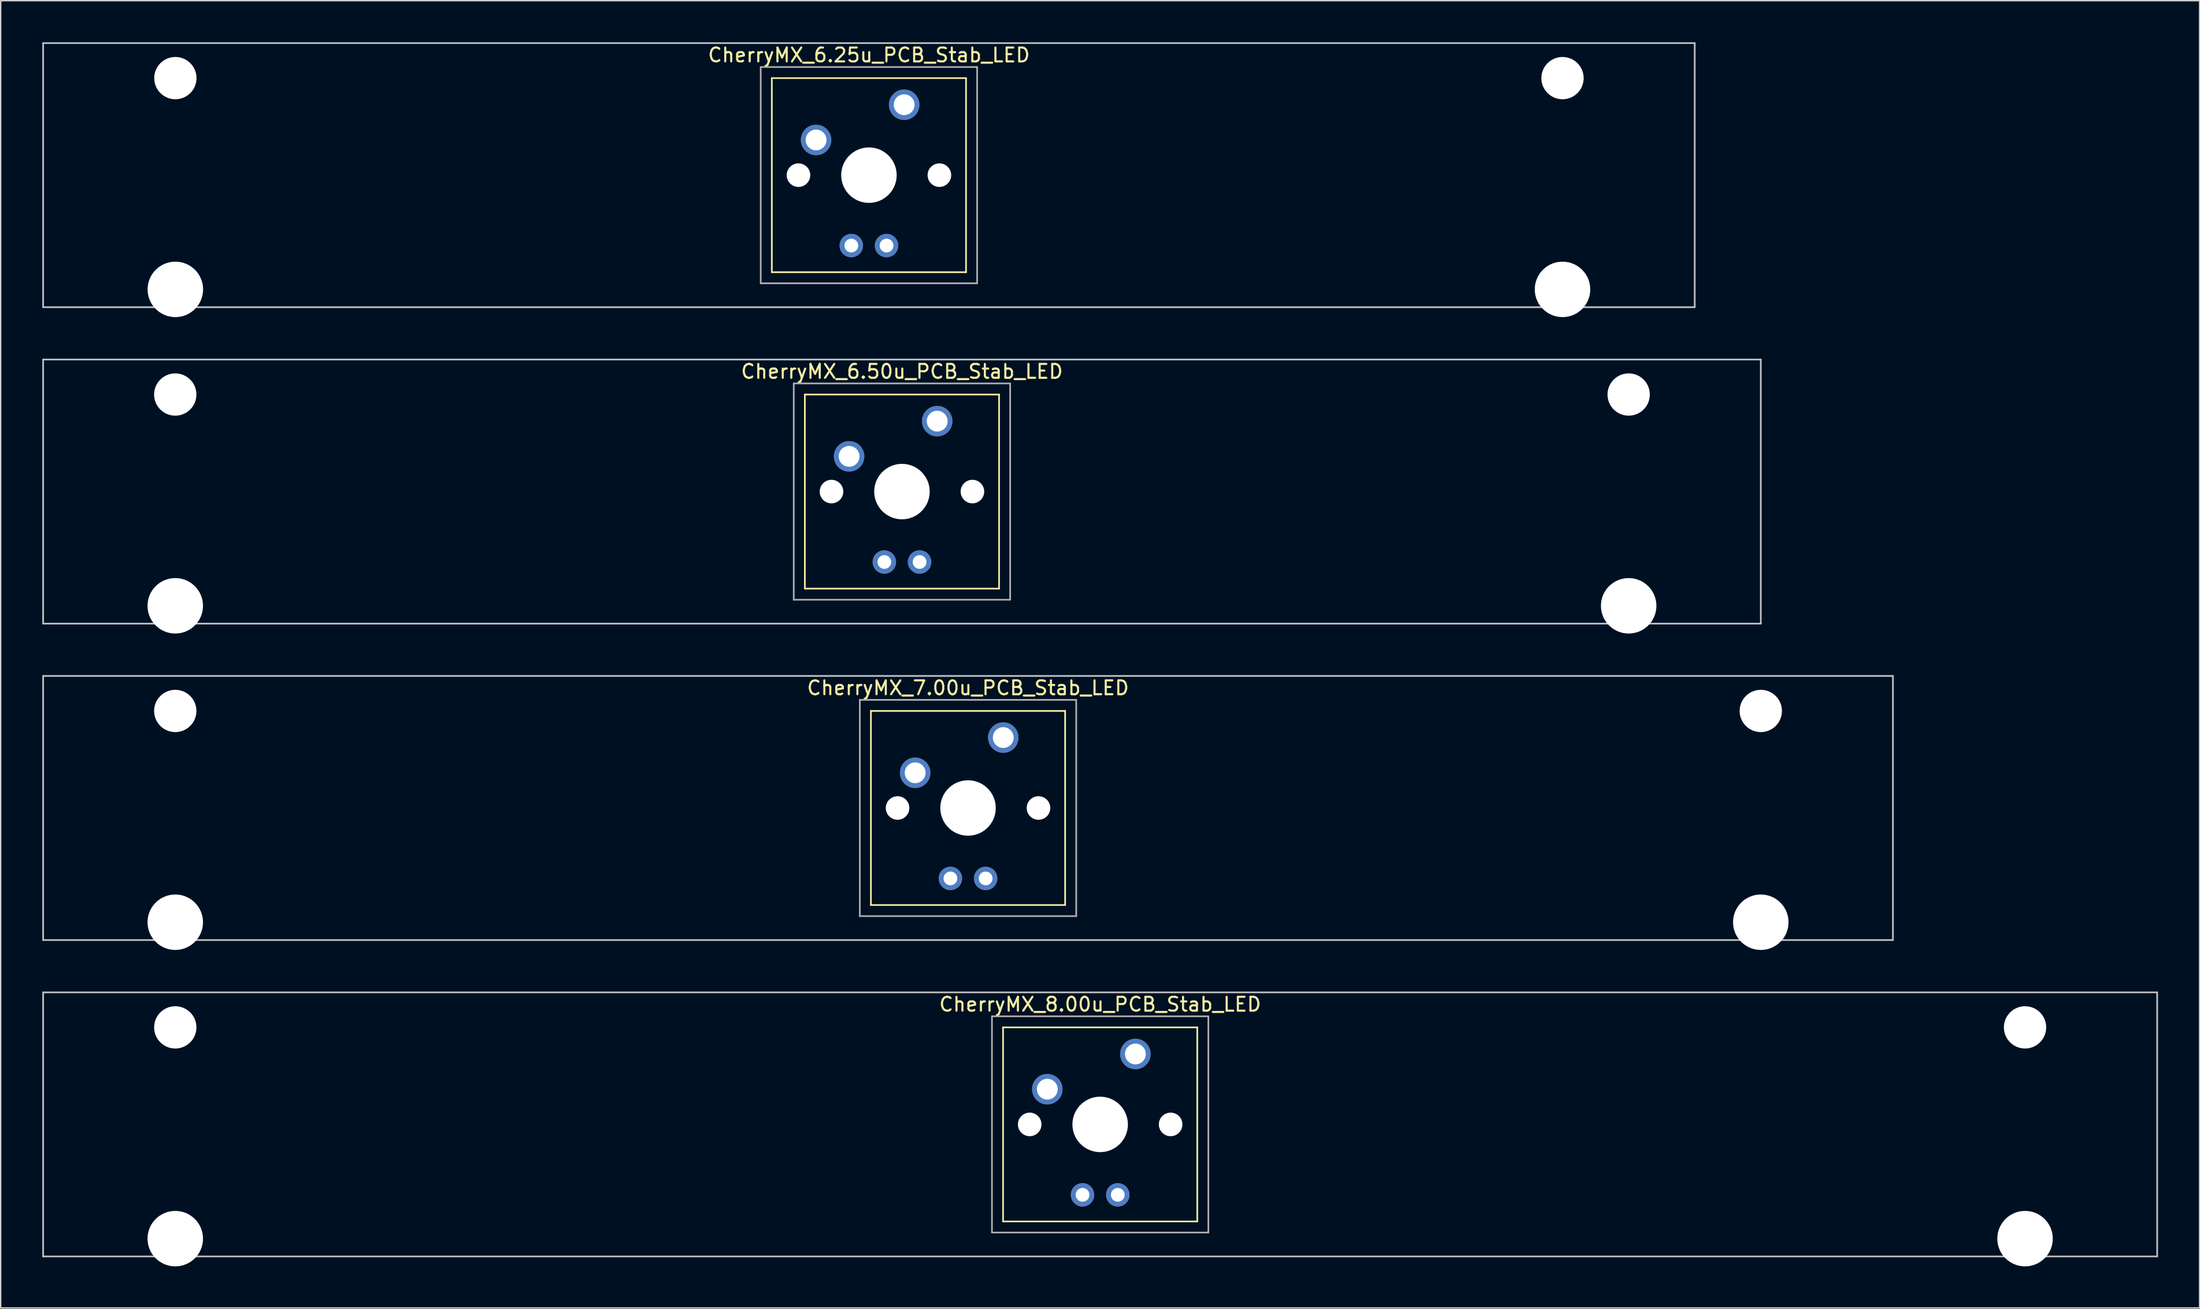
<source format=kicad_pcb>
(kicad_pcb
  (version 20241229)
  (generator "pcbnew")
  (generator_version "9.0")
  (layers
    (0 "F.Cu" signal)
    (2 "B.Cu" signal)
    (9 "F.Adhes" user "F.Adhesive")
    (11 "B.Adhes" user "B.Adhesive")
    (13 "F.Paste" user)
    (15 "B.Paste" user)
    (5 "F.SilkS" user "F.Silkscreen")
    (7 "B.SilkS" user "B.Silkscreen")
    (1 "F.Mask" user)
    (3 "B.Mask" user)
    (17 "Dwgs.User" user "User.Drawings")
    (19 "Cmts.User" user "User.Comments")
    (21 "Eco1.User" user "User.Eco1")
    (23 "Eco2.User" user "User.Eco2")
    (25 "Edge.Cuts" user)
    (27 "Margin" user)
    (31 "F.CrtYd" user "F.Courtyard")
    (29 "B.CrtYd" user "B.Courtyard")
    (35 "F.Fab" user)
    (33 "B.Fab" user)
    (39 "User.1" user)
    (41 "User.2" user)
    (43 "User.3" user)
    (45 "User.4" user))
  (footprint "CherryMX_8.00u_PCB_Stab_LED"
    (layer "F.Cu")
    (at 76.26 78.06)
    (property "Reference" "CherryMX_8.00u_PCB_Stab_LED" (at 0 -8.662 0) (layer "F.SilkS") (effects (font (size 1 1) (thickness 0.15))))
    (attr through_hole)
    (fp_line (start -7 -7) (end -7 7) (stroke (width 0.12) (type solid)) (layer "F.SilkS"))
    (fp_line (start -7 -7) (end 7 -7) (stroke (width 0.12) (type solid)) (layer "F.SilkS"))
    (fp_line (start 7 -7) (end 7 7) (stroke (width 0.12) (type solid)) (layer "F.SilkS"))
    (fp_line (start 7 7) (end -7 7) (stroke (width 0.12) (type solid)) (layer "F.SilkS"))
    (fp_line (start -76.2 -9.525) (end 76.2 -9.525) (stroke (width 0.12) (type solid)) (layer "Dwgs.User"))
    (fp_line (start -76.2 9.525) (end -76.2 -9.525) (stroke (width 0.12) (type solid)) (layer "Dwgs.User"))
    (fp_line (start 76.2 -9.525) (end 76.2 9.525) (stroke (width 0.12) (type solid)) (layer "Dwgs.User"))
    (fp_line (start 76.2 9.525) (end -76.2 9.525) (stroke (width 0.12) (type solid)) (layer "Dwgs.User"))
    (fp_line (start -7.8 -7.8) (end -7.8 7.8) (stroke (width 0.12) (type solid)) (layer "F.Fab"))
    (fp_line (start -7.8 -7.8) (end 7.8 -7.8) (stroke (width 0.12) (type solid)) (layer "F.Fab"))
    (fp_line (start -7.8 7.8) (end 7.8 7.8) (stroke (width 0.12) (type solid)) (layer "F.Fab"))
    (fp_line (start 7.8 -7.8) (end 7.8 7.8) (stroke (width 0.12) (type solid)) (layer "F.Fab"))
    (pad "" np_thru_hole circle (at -66.675 -7) (size 3.05 3.05) (drill 3.05) (layers "*.Cu" "*.Mask"))
    (pad "" np_thru_hole circle (at -66.675 8.24) (size 4 4) (drill 4) (layers "*.Cu" "*.Mask"))
    (pad "" np_thru_hole circle (at -5.08 0) (size 1.7 1.7) (drill 1.7) (layers "*.Cu" "*.Mask"))
    (pad "" np_thru_hole circle (at 0 0) (size 4 4) (drill 4) (layers "*.Cu" "*.Mask"))
    (pad "" np_thru_hole circle (at 5.08 0) (size 1.7 1.7) (drill 1.7) (layers "*.Cu" "*.Mask"))
    (pad "" np_thru_hole circle (at 66.675 -7) (size 3.05 3.05) (drill 3.05) (layers "*.Cu" "*.Mask"))
    (pad "" np_thru_hole circle (at 66.675 8.24) (size 4 4) (drill 4) (layers "*.Cu" "*.Mask"))
    (pad "1" thru_hole circle (at -3.81 -2.54) (size 2.2 2.2) (drill 1.5) (layers "*.Cu" "*.Mask"))
    (pad "2" thru_hole circle (at 2.54 -5.08) (size 2.2 2.2) (drill 1.5) (layers "*.Cu" "*.Mask"))
    (pad "3" thru_hole circle (at -1.27 5.08) (size 1.691 1.691) (drill 0.991) (layers "*.Cu" "*.Mask"))
    (pad "4" thru_hole circle (at 1.27 5.08) (size 1.691 1.691) (drill 0.991) (layers "*.Cu" "*.Mask")))
  (footprint "CherryMX_7.00u_PCB_Stab_LED"
    (layer "F.Cu")
    (at 66.735 55.235)
    (property "Reference" "CherryMX_7.00u_PCB_Stab_LED" (at 0 -8.662 0) (layer "F.SilkS") (effects (font (size 1 1) (thickness 0.15))))
    (attr through_hole)
    (fp_line (start -7 -7) (end -7 7) (stroke (width 0.12) (type solid)) (layer "F.SilkS"))
    (fp_line (start -7 -7) (end 7 -7) (stroke (width 0.12) (type solid)) (layer "F.SilkS"))
    (fp_line (start 7 -7) (end 7 7) (stroke (width 0.12) (type solid)) (layer "F.SilkS"))
    (fp_line (start 7 7) (end -7 7) (stroke (width 0.12) (type solid)) (layer "F.SilkS"))
    (fp_line (start -66.675 -9.525) (end 66.675 -9.525) (stroke (width 0.12) (type solid)) (layer "Dwgs.User"))
    (fp_line (start -66.675 9.525) (end -66.675 -9.525) (stroke (width 0.12) (type solid)) (layer "Dwgs.User"))
    (fp_line (start 66.675 -9.525) (end 66.675 9.525) (stroke (width 0.12) (type solid)) (layer "Dwgs.User"))
    (fp_line (start 66.675 9.525) (end -66.675 9.525) (stroke (width 0.12) (type solid)) (layer "Dwgs.User"))
    (fp_line (start -7.8 -7.8) (end -7.8 7.8) (stroke (width 0.12) (type solid)) (layer "F.Fab"))
    (fp_line (start -7.8 -7.8) (end 7.8 -7.8) (stroke (width 0.12) (type solid)) (layer "F.Fab"))
    (fp_line (start -7.8 7.8) (end 7.8 7.8) (stroke (width 0.12) (type solid)) (layer "F.Fab"))
    (fp_line (start 7.8 -7.8) (end 7.8 7.8) (stroke (width 0.12) (type solid)) (layer "F.Fab"))
    (pad "" np_thru_hole circle (at -57.15 -7) (size 3.05 3.05) (drill 3.05) (layers "*.Cu" "*.Mask"))
    (pad "" np_thru_hole circle (at -57.15 8.24) (size 4 4) (drill 4) (layers "*.Cu" "*.Mask"))
    (pad "" np_thru_hole circle (at -5.08 0) (size 1.7 1.7) (drill 1.7) (layers "*.Cu" "*.Mask"))
    (pad "" np_thru_hole circle (at 0 0) (size 4 4) (drill 4) (layers "*.Cu" "*.Mask"))
    (pad "" np_thru_hole circle (at 5.08 0) (size 1.7 1.7) (drill 1.7) (layers "*.Cu" "*.Mask"))
    (pad "" np_thru_hole circle (at 57.15 -7) (size 3.05 3.05) (drill 3.05) (layers "*.Cu" "*.Mask"))
    (pad "" np_thru_hole circle (at 57.15 8.24) (size 4 4) (drill 4) (layers "*.Cu" "*.Mask"))
    (pad "1" thru_hole circle (at -3.81 -2.54) (size 2.2 2.2) (drill 1.5) (layers "*.Cu" "*.Mask"))
    (pad "2" thru_hole circle (at 2.54 -5.08) (size 2.2 2.2) (drill 1.5) (layers "*.Cu" "*.Mask"))
    (pad "3" thru_hole circle (at -1.27 5.08) (size 1.691 1.691) (drill 0.991) (layers "*.Cu" "*.Mask"))
    (pad "4" thru_hole circle (at 1.27 5.08) (size 1.691 1.691) (drill 0.991) (layers "*.Cu" "*.Mask")))
  (footprint "CherryMX_6.50u_PCB_Stab_LED"
    (layer "F.Cu")
    (at 61.972 32.41)
    (property "Reference" "CherryMX_6.50u_PCB_Stab_LED" (at 0 -8.662 0) (layer "F.SilkS") (effects (font (size 1 1) (thickness 0.15))))
    (attr through_hole)
    (fp_line (start -7 -7) (end -7 7) (stroke (width 0.12) (type solid)) (layer "F.SilkS"))
    (fp_line (start -7 -7) (end 7 -7) (stroke (width 0.12) (type solid)) (layer "F.SilkS"))
    (fp_line (start 7 -7) (end 7 7) (stroke (width 0.12) (type solid)) (layer "F.SilkS"))
    (fp_line (start 7 7) (end -7 7) (stroke (width 0.12) (type solid)) (layer "F.SilkS"))
    (fp_line (start -61.913 -9.525) (end 61.913 -9.525) (stroke (width 0.12) (type solid)) (layer "Dwgs.User"))
    (fp_line (start -61.913 9.525) (end -61.913 -9.525) (stroke (width 0.12) (type solid)) (layer "Dwgs.User"))
    (fp_line (start 61.913 -9.525) (end 61.913 9.525) (stroke (width 0.12) (type solid)) (layer "Dwgs.User"))
    (fp_line (start 61.913 9.525) (end -61.913 9.525) (stroke (width 0.12) (type solid)) (layer "Dwgs.User"))
    (fp_line (start -7.8 -7.8) (end -7.8 7.8) (stroke (width 0.12) (type solid)) (layer "F.Fab"))
    (fp_line (start -7.8 -7.8) (end 7.8 -7.8) (stroke (width 0.12) (type solid)) (layer "F.Fab"))
    (fp_line (start -7.8 7.8) (end 7.8 7.8) (stroke (width 0.12) (type solid)) (layer "F.Fab"))
    (fp_line (start 7.8 -7.8) (end 7.8 7.8) (stroke (width 0.12) (type solid)) (layer "F.Fab"))
    (pad "" np_thru_hole circle (at -52.388 -7) (size 3.05 3.05) (drill 3.05) (layers "*.Cu" "*.Mask"))
    (pad "" np_thru_hole circle (at -52.388 8.24) (size 4 4) (drill 4) (layers "*.Cu" "*.Mask"))
    (pad "" np_thru_hole circle (at -5.08 0) (size 1.7 1.7) (drill 1.7) (layers "*.Cu" "*.Mask"))
    (pad "" np_thru_hole circle (at 0 0) (size 4 4) (drill 4) (layers "*.Cu" "*.Mask"))
    (pad "" np_thru_hole circle (at 5.08 0) (size 1.7 1.7) (drill 1.7) (layers "*.Cu" "*.Mask"))
    (pad "" np_thru_hole circle (at 52.388 -7) (size 3.05 3.05) (drill 3.05) (layers "*.Cu" "*.Mask"))
    (pad "" np_thru_hole circle (at 52.388 8.24) (size 4 4) (drill 4) (layers "*.Cu" "*.Mask"))
    (pad "1" thru_hole circle (at -3.81 -2.54) (size 2.2 2.2) (drill 1.5) (layers "*.Cu" "*.Mask"))
    (pad "2" thru_hole circle (at 2.54 -5.08) (size 2.2 2.2) (drill 1.5) (layers "*.Cu" "*.Mask"))
    (pad "3" thru_hole circle (at -1.27 5.08) (size 1.691 1.691) (drill 0.991) (layers "*.Cu" "*.Mask"))
    (pad "4" thru_hole circle (at 1.27 5.08) (size 1.691 1.691) (drill 0.991) (layers "*.Cu" "*.Mask")))
  (footprint "CherryMX_6.25u_PCB_Stab_LED"
    (layer "F.Cu")
    (at 59.591 9.585)
    (property "Reference" "CherryMX_6.25u_PCB_Stab_LED" (at 0 -8.662 0) (layer "F.SilkS") (effects (font (size 1 1) (thickness 0.15))))
    (attr through_hole)
    (fp_line (start -7 -7) (end -7 7) (stroke (width 0.12) (type solid)) (layer "F.SilkS"))
    (fp_line (start -7 -7) (end 7 -7) (stroke (width 0.12) (type solid)) (layer "F.SilkS"))
    (fp_line (start 7 -7) (end 7 7) (stroke (width 0.12) (type solid)) (layer "F.SilkS"))
    (fp_line (start 7 7) (end -7 7) (stroke (width 0.12) (type solid)) (layer "F.SilkS"))
    (fp_line (start -59.531 -9.525) (end 59.531 -9.525) (stroke (width 0.12) (type solid)) (layer "Dwgs.User"))
    (fp_line (start -59.531 9.525) (end -59.531 -9.525) (stroke (width 0.12) (type solid)) (layer "Dwgs.User"))
    (fp_line (start 59.531 -9.525) (end 59.531 9.525) (stroke (width 0.12) (type solid)) (layer "Dwgs.User"))
    (fp_line (start 59.531 9.525) (end -59.531 9.525) (stroke (width 0.12) (type solid)) (layer "Dwgs.User"))
    (fp_line (start -7.8 -7.8) (end -7.8 7.8) (stroke (width 0.12) (type solid)) (layer "F.Fab"))
    (fp_line (start -7.8 -7.8) (end 7.8 -7.8) (stroke (width 0.12) (type solid)) (layer "F.Fab"))
    (fp_line (start -7.8 7.8) (end 7.8 7.8) (stroke (width 0.12) (type solid)) (layer "F.Fab"))
    (fp_line (start 7.8 -7.8) (end 7.8 7.8) (stroke (width 0.12) (type solid)) (layer "F.Fab"))
    (pad "" np_thru_hole circle (at -50 -7) (size 3.05 3.05) (drill 3.05) (layers "*.Cu" "*.Mask"))
    (pad "" np_thru_hole circle (at -50 8.24) (size 4 4) (drill 4) (layers "*.Cu" "*.Mask"))
    (pad "" np_thru_hole circle (at -5.08 0) (size 1.7 1.7) (drill 1.7) (layers "*.Cu" "*.Mask"))
    (pad "" np_thru_hole circle (at 0 0) (size 4 4) (drill 4) (layers "*.Cu" "*.Mask"))
    (pad "" np_thru_hole circle (at 5.08 0) (size 1.7 1.7) (drill 1.7) (layers "*.Cu" "*.Mask"))
    (pad "" np_thru_hole circle (at 50 -7) (size 3.05 3.05) (drill 3.05) (layers "*.Cu" "*.Mask"))
    (pad "" np_thru_hole circle (at 50 8.24) (size 4 4) (drill 4) (layers "*.Cu" "*.Mask"))
    (pad "1" thru_hole circle (at -3.81 -2.54) (size 2.2 2.2) (drill 1.5) (layers "*.Cu" "*.Mask"))
    (pad "2" thru_hole circle (at 2.54 -5.08) (size 2.2 2.2) (drill 1.5) (layers "*.Cu" "*.Mask"))
    (pad "3" thru_hole circle (at -1.27 5.08) (size 1.691 1.691) (drill 0.991) (layers "*.Cu" "*.Mask"))
    (pad "4" thru_hole circle (at 1.27 5.08) (size 1.691 1.691) (drill 0.991) (layers "*.Cu" "*.Mask")))
  (gr_rect
    (start -3 -3)
    (end 155.52 91.3)
    (stroke (width 0.1) (type default))
    (fill no)
    (layer "Edge.Cuts")))
</source>
